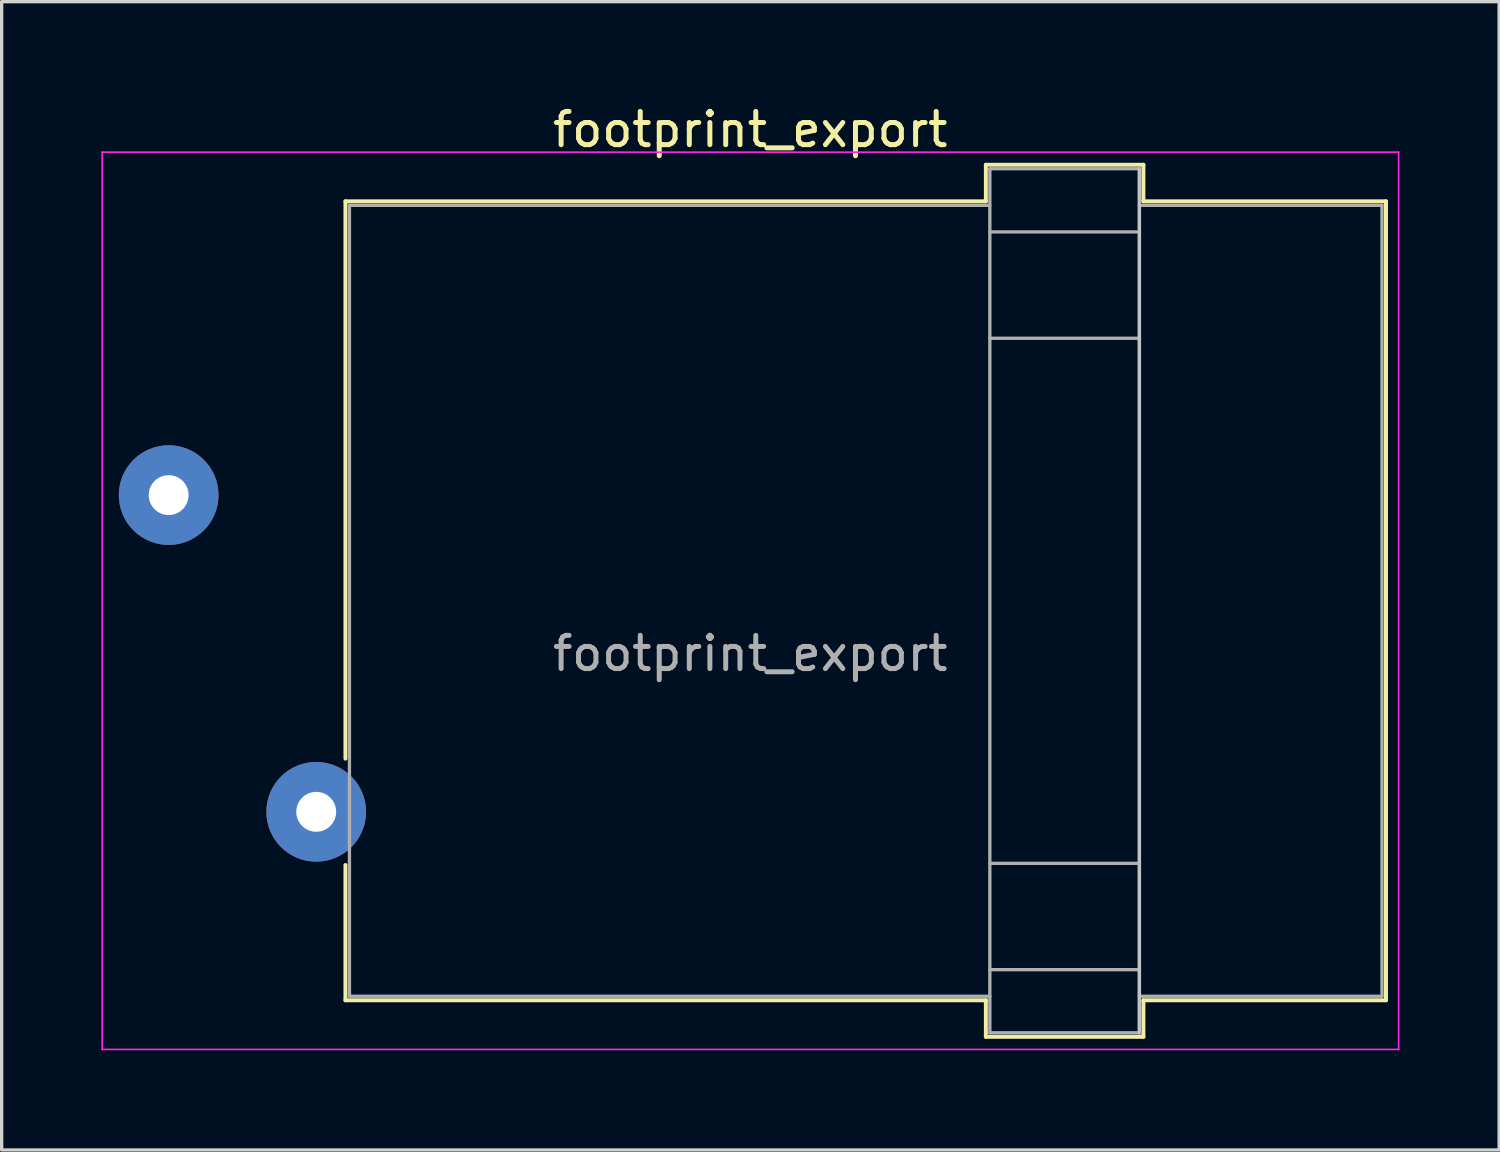
<source format=kicad_pcb>
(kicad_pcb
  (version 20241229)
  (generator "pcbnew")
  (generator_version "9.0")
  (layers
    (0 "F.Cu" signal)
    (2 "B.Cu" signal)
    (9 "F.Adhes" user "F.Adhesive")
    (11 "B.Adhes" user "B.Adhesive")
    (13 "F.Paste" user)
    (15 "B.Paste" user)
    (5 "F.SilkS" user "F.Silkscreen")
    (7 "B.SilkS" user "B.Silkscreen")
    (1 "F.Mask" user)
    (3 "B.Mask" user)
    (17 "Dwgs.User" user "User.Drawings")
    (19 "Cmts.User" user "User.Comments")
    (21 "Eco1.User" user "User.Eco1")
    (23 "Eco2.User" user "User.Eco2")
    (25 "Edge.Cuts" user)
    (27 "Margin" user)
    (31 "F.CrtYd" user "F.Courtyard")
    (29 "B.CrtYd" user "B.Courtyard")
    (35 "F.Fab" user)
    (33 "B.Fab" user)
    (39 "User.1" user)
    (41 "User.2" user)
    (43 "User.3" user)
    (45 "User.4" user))
  (footprint "footprint_export"
    (layer "F.Cu")
    (at 2.025 11.848)
    (property "Reference" "footprint_export" (at 17.5 -11 0) (layer "F.SilkS") (effects (font (size 1 1) (thickness 0.15))))
    (attr through_hole)
    (fp_line (start 5.32 -8.84) (end 24.59 -8.84) (stroke (width 0.12) (type solid)) (layer "F.SilkS"))
    (fp_line (start 5.32 7.93) (end 5.32 -8.84) (stroke (width 0.12) (type solid)) (layer "F.SilkS"))
    (fp_line (start 5.32 15.2) (end 5.32 11.13) (stroke (width 0.12) (type solid)) (layer "F.SilkS"))
    (fp_line (start 5.32 15.2) (end 24.6 15.2) (stroke (width 0.12) (type solid)) (layer "F.SilkS"))
    (fp_line (start 24.59 -9.94) (end 24.59 -8.84) (stroke (width 0.12) (type solid)) (layer "F.SilkS"))
    (fp_line (start 24.59 -9.94) (end 29.33 -9.94) (stroke (width 0.12) (type solid)) (layer "F.SilkS"))
    (fp_line (start 24.59 16.3) (end 24.59 15.2) (stroke (width 0.12) (type solid)) (layer "F.SilkS"))
    (fp_line (start 24.59 16.3) (end 29.33 16.3) (stroke (width 0.12) (type solid)) (layer "F.SilkS"))
    (fp_line (start 29.33 -9.94) (end 29.33 -8.84) (stroke (width 0.12) (type solid)) (layer "F.SilkS"))
    (fp_line (start 29.33 16.3) (end 29.33 15.2) (stroke (width 0.12) (type solid)) (layer "F.SilkS"))
    (fp_line (start 36.63 -8.84) (end 29.33 -8.84) (stroke (width 0.12) (type solid)) (layer "F.SilkS"))
    (fp_line (start 36.63 15.2) (end 29.33 15.2) (stroke (width 0.12) (type solid)) (layer "F.SilkS"))
    (fp_line (start 36.63 15.2) (end 36.63 -8.84) (stroke (width 0.12) (type solid)) (layer "F.SilkS"))
    (fp_line (start 29.21 16.18) (end 29.21 -9.82) (stroke (width 0.1) (type solid)) (layer "Dwgs.User"))
    (fp_line (start -2 16.68) (end -2 -10.32) (stroke (width 0.05) (type solid)) (layer "F.CrtYd"))
    (fp_line (start -2 16.68) (end 37.01 16.68) (stroke (width 0.05) (type solid)) (layer "F.CrtYd"))
    (fp_line (start 37.01 -10.32) (end -2 -10.32) (stroke (width 0.05) (type solid)) (layer "F.CrtYd"))
    (fp_line (start 37.01 -10.32) (end 37.01 16.68) (stroke (width 0.05) (type solid)) (layer "F.CrtYd"))
    (fp_line (start 5.44 -8.72) (end 24.71 -8.72) (stroke (width 0.1) (type solid)) (layer "F.Fab"))
    (fp_line (start 5.44 15.08) (end 5.44 -8.72) (stroke (width 0.1) (type solid)) (layer "F.Fab"))
    (fp_line (start 5.44 15.08) (end 24.71 15.08) (stroke (width 0.1) (type solid)) (layer "F.Fab"))
    (fp_line (start 24.71 -9.82) (end 29.21 -9.82) (stroke (width 0.1) (type solid)) (layer "F.Fab"))
    (fp_line (start 24.71 -7.92) (end 29.21 -7.92) (stroke (width 0.1) (type solid)) (layer "F.Fab"))
    (fp_line (start 24.71 -4.72) (end 29.21 -4.72) (stroke (width 0.1) (type solid)) (layer "F.Fab"))
    (fp_line (start 24.71 11.08) (end 29.21 11.08) (stroke (width 0.1) (type solid)) (layer "F.Fab"))
    (fp_line (start 24.71 14.28) (end 29.21 14.28) (stroke (width 0.1) (type solid)) (layer "F.Fab"))
    (fp_line (start 24.71 16.18) (end 24.71 -9.82) (stroke (width 0.1) (type solid)) (layer "F.Fab"))
    (fp_line (start 24.71 16.18) (end 29.21 16.18) (stroke (width 0.1) (type solid)) (layer "F.Fab"))
    (fp_line (start 29.21 16.18) (end 29.21 -9.82) (stroke (width 0.1) (type solid)) (layer "F.Fab"))
    (fp_line (start 36.51 -8.72) (end 29.21 -8.72) (stroke (width 0.1) (type solid)) (layer "F.Fab"))
    (fp_line (start 36.51 15.08) (end 29.21 15.08) (stroke (width 0.1) (type solid)) (layer "F.Fab"))
    (fp_line (start 36.51 15.08) (end 36.51 -8.72) (stroke (width 0.1) (type solid)) (layer "F.Fab"))
    (fp_text user "${REFERENCE}" (at 17.5 4.765 0) (layer "F.Fab") (effects (font (size 1 1) (thickness 0.15))))
    (pad "1+" thru_hole circle (at 0 0) (size 3 3) (drill 1.2) (layers "*.Cu" "*.Mask"))
    (pad "1-" thru_hole circle (at 4.44 9.53) (size 3 3) (drill 1.2) (layers "*.Cu" "*.Mask")))
  (gr_rect
    (start -3 -3)
    (end 42.06 31.553)
    (stroke (width 0.1) (type default))
    (fill no)
    (layer "Edge.Cuts")))
</source>
